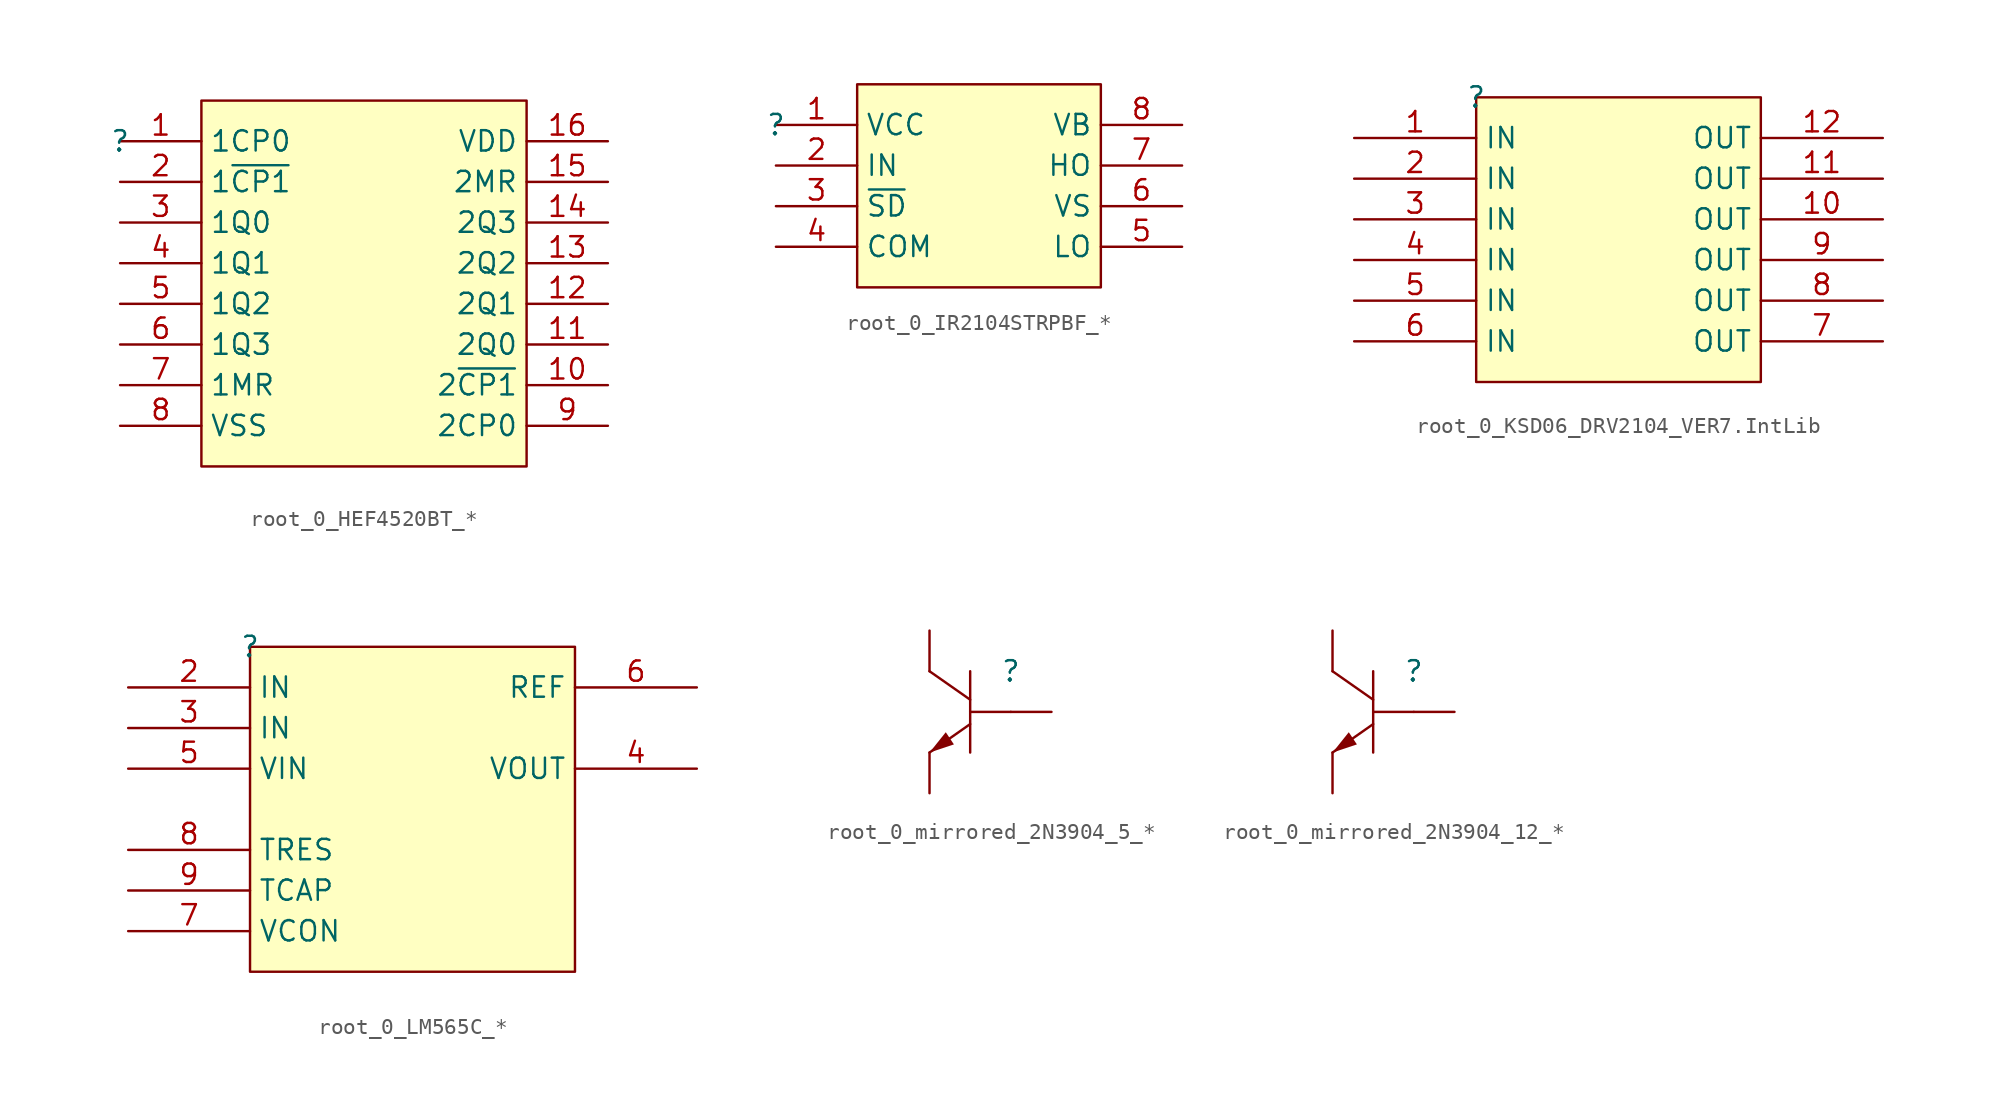
<source format=kicad_sym>
(kicad_symbol_lib
  (version 20241209)
  (generator "kicad_symbol_editor")
  (generator_version "9.0")
  (symbol "root_0_HEF4520BT_*"
    (property "Reference" ""
      (at 0 0 0)
      (effects (font (size 1.27 1.27))))
    (property "Value" ""
      (at 0 0 0)
      (effects (font (size 1.27 1.27))))
    (symbol "root_0_HEF4520BT_*_1_0"
      (rectangle (start 25.4 2.54) (end 5.08 -20.32) (stroke (width 0) (type solid) (color 128 0 0 1)) (fill (type background)))
      (pin passive line (at 0 0 0) (length 5.08) (name "1CP0" (effects (font (size 1.27 1.27)))) (number "1" (effects (font (size 1.27 1.27)))))
      (pin passive line (at 0 -2.54 0) (length 5.08) (name "1~{CP1}" (effects (font (size 1.27 1.27)))) (number "2" (effects (font (size 1.27 1.27)))))
      (pin passive line (at 0 -5.08 0) (length 5.08) (name "1Q0" (effects (font (size 1.27 1.27)))) (number "3" (effects (font (size 1.27 1.27)))))
      (pin passive line (at 0 -7.62 0) (length 5.08) (name "1Q1" (effects (font (size 1.27 1.27)))) (number "4" (effects (font (size 1.27 1.27)))))
      (pin passive line (at 0 -10.16 0) (length 5.08) (name "1Q2" (effects (font (size 1.27 1.27)))) (number "5" (effects (font (size 1.27 1.27)))))
      (pin passive line (at 0 -12.7 0) (length 5.08) (name "1Q3" (effects (font (size 1.27 1.27)))) (number "6" (effects (font (size 1.27 1.27)))))
      (pin passive line (at 0 -15.24 0) (length 5.08) (name "1MR" (effects (font (size 1.27 1.27)))) (number "7" (effects (font (size 1.27 1.27)))))
      (pin passive line (at 0 -17.78 0) (length 5.08) (name "VSS" (effects (font (size 1.27 1.27)))) (number "8" (effects (font (size 1.27 1.27)))))
      (pin passive line (at 30.48 0 180) (length 5.08) (name "VDD" (effects (font (size 1.27 1.27)))) (number "16" (effects (font (size 1.27 1.27)))))
      (pin passive line (at 30.48 -2.54 180) (length 5.08) (name "2MR" (effects (font (size 1.27 1.27)))) (number "15" (effects (font (size 1.27 1.27)))))
      (pin passive line (at 30.48 -5.08 180) (length 5.08) (name "2Q3" (effects (font (size 1.27 1.27)))) (number "14" (effects (font (size 1.27 1.27)))))
      (pin passive line (at 30.48 -7.62 180) (length 5.08) (name "2Q2" (effects (font (size 1.27 1.27)))) (number "13" (effects (font (size 1.27 1.27)))))
      (pin passive line (at 30.48 -10.16 180) (length 5.08) (name "2Q1" (effects (font (size 1.27 1.27)))) (number "12" (effects (font (size 1.27 1.27)))))
      (pin passive line (at 30.48 -12.7 180) (length 5.08) (name "2Q0" (effects (font (size 1.27 1.27)))) (number "11" (effects (font (size 1.27 1.27)))))
      (pin passive line (at 30.48 -15.24 180) (length 5.08) (name "2~{CP1}" (effects (font (size 1.27 1.27)))) (number "10" (effects (font (size 1.27 1.27)))))
      (pin passive line (at 30.48 -17.78 180) (length 5.08) (name "2CP0" (effects (font (size 1.27 1.27)))) (number "9" (effects (font (size 1.27 1.27)))))))
  (symbol "root_0_IR2104STRPBF_*"
    (property "Reference" ""
      (at 0 0 0)
      (effects (font (size 1.27 1.27))))
    (property "Value" ""
      (at 0 0 0)
      (effects (font (size 1.27 1.27))))
    (symbol "root_0_IR2104STRPBF_*_1_0"
      (rectangle (start 20.32 2.54) (end 5.08 -10.16) (stroke (width 0) (type solid) (color 128 0 0 1)) (fill (type background)))
      (pin passive line (at 0 0 0) (length 5.08) (name "VCC" (effects (font (size 1.27 1.27)))) (number "1" (effects (font (size 1.27 1.27)))))
      (pin passive line (at 0 -2.54 0) (length 5.08) (name "IN" (effects (font (size 1.27 1.27)))) (number "2" (effects (font (size 1.27 1.27)))))
      (pin passive line (at 0 -5.08 0) (length 5.08) (name "~{SD}" (effects (font (size 1.27 1.27)))) (number "3" (effects (font (size 1.27 1.27)))))
      (pin passive line (at 0 -7.62 0) (length 5.08) (name "COM" (effects (font (size 1.27 1.27)))) (number "4" (effects (font (size 1.27 1.27)))))
      (pin passive line (at 25.4 0 180) (length 5.08) (name "VB" (effects (font (size 1.27 1.27)))) (number "8" (effects (font (size 1.27 1.27)))))
      (pin passive line (at 25.4 -2.54 180) (length 5.08) (name "HO" (effects (font (size 1.27 1.27)))) (number "7" (effects (font (size 1.27 1.27)))))
      (pin passive line (at 25.4 -5.08 180) (length 5.08) (name "VS" (effects (font (size 1.27 1.27)))) (number "6" (effects (font (size 1.27 1.27)))))
      (pin passive line (at 25.4 -7.62 180) (length 5.08) (name "LO" (effects (font (size 1.27 1.27)))) (number "5" (effects (font (size 1.27 1.27)))))))
  (symbol "root_0_KSD06_DRV2104_VER7.IntLib"
    (property "Reference" ""
      (at 0 0 0)
      (effects (font (size 1.27 1.27))))
    (property "Value" ""
      (at 0 0 0)
      (effects (font (size 1.27 1.27))))
    (symbol "root_0_KSD06_DRV2104_VER7.IntLib_1_0"
      (rectangle (start 17.78 0) (end 0 -17.78) (stroke (width 0) (type solid) (color 128 0 0 1)) (fill (type background)))
      (pin bidirectional line (at -7.62 -2.54 0) (length 7.62) (name "IN" (effects (font (size 1.27 1.27)))) (number "1" (effects (font (size 1.27 1.27)))))
      (pin bidirectional line (at -7.62 -5.08 0) (length 7.62) (name "IN" (effects (font (size 1.27 1.27)))) (number "2" (effects (font (size 1.27 1.27)))))
      (pin bidirectional line (at -7.62 -7.62 0) (length 7.62) (name "IN" (effects (font (size 1.27 1.27)))) (number "3" (effects (font (size 1.27 1.27)))))
      (pin bidirectional line (at -7.62 -10.16 0) (length 7.62) (name "IN" (effects (font (size 1.27 1.27)))) (number "4" (effects (font (size 1.27 1.27)))))
      (pin bidirectional line (at -7.62 -12.7 0) (length 7.62) (name "IN" (effects (font (size 1.27 1.27)))) (number "5" (effects (font (size 1.27 1.27)))))
      (pin bidirectional line (at -7.62 -15.24 0) (length 7.62) (name "IN" (effects (font (size 1.27 1.27)))) (number "6" (effects (font (size 1.27 1.27)))))
      (pin bidirectional line (at 25.4 -2.54 180) (length 7.62) (name "OUT" (effects (font (size 1.27 1.27)))) (number "12" (effects (font (size 1.27 1.27)))))
      (pin bidirectional line (at 25.4 -5.08 180) (length 7.62) (name "OUT" (effects (font (size 1.27 1.27)))) (number "11" (effects (font (size 1.27 1.27)))))
      (pin bidirectional line (at 25.4 -7.62 180) (length 7.62) (name "OUT" (effects (font (size 1.27 1.27)))) (number "10" (effects (font (size 1.27 1.27)))))
      (pin bidirectional line (at 25.4 -10.16 180) (length 7.62) (name "OUT" (effects (font (size 1.27 1.27)))) (number "9" (effects (font (size 1.27 1.27)))))
      (pin bidirectional line (at 25.4 -12.7 180) (length 7.62) (name "OUT" (effects (font (size 1.27 1.27)))) (number "8" (effects (font (size 1.27 1.27)))))
      (pin bidirectional line (at 25.4 -15.24 180) (length 7.62) (name "OUT" (effects (font (size 1.27 1.27)))) (number "7" (effects (font (size 1.27 1.27)))))))
  (symbol "root_0_LM565C_*"
    (property "Reference" ""
      (at 0 0 0)
      (effects (font (size 1.27 1.27))))
    (property "Value" ""
      (at 0 0 0)
      (effects (font (size 1.27 1.27))))
    (symbol "root_0_LM565C_*_1_0"
      (rectangle (start 20.32 0) (end 0 -20.32) (stroke (width 0) (type solid) (color 128 0 0 1)) (fill (type background)))
      (pin input line (at -7.62 -2.54 0) (length 7.62) (name "IN" (effects (font (size 1.27 1.27)))) (number "2" (effects (font (size 1.27 1.27)))))
      (pin input line (at -7.62 -5.08 0) (length 7.62) (name "IN" (effects (font (size 1.27 1.27)))) (number "3" (effects (font (size 1.27 1.27)))))
      (pin input line (at -7.62 -7.62 0) (length 7.62) (name "VIN" (effects (font (size 1.27 1.27)))) (number "5" (effects (font (size 1.27 1.27)))))
      (pin passive line (at -7.62 -12.7 0) (length 7.62) (name "TRES" (effects (font (size 1.27 1.27)))) (number "8" (effects (font (size 1.27 1.27)))))
      (pin passive line (at -7.62 -15.24 0) (length 7.62) (name "TCAP" (effects (font (size 1.27 1.27)))) (number "9" (effects (font (size 1.27 1.27)))))
      (pin input line (at -7.62 -17.78 0) (length 7.62) (name "VCON" (effects (font (size 1.27 1.27)))) (number "7" (effects (font (size 1.27 1.27)))))
      (pin power_in line (at 0 -20.32 90) (length 0) (hide yes) (name "VCC-" (effects (font (size 1.27 1.27)))) (number "1" (effects (font (size 1.27 1.27)))))
      (pin power_in line (at 20.32 0 180) (length 0) (hide yes) (name "VCC+" (effects (font (size 1.27 1.27)))) (number "10" (effects (font (size 1.27 1.27)))))
      (pin output line (at 27.94 -2.54 180) (length 7.62) (name "REF" (effects (font (size 1.27 1.27)))) (number "6" (effects (font (size 1.27 1.27)))))
      (pin output line (at 27.94 -7.62 180) (length 7.62) (name "VOUT" (effects (font (size 1.27 1.27)))) (number "4" (effects (font (size 1.27 1.27)))))))
  (symbol "root_0_mirrored_2N3904_5_*"
    (pin_numbers
      (hide yes))
    (pin_names
      (hide yes))
    (property "Reference" ""
      (at 0 0 0)
      (effects (font (size 1.27 1.27))))
    (property "Value" ""
      (at 0 0 0)
      (effects (font (size 1.27 1.27))))
    (symbol "root_0_mirrored_2N3904_5_*_1_0"
      (polyline (pts (xy -5.08 0) (xy -2.54 -1.778)) (stroke (width 0) (type solid)) (fill (type none)))
      (polyline (pts (xy -5.08 -5.08) (xy -4.064 -3.81) (xy -3.556 -4.572) (xy -5.08 -5.08) (xy -5.08 -5.08)) (stroke (width -0.0001) (type solid)) (fill (type outline)))
      (polyline (pts (xy -2.54 0) (xy -2.54 -5.08)) (stroke (width 0) (type solid)) (fill (type none)))
      (polyline (pts (xy -2.54 -2.54) (xy 0 -2.54)) (stroke (width 0) (type solid)) (fill (type none)))
      (polyline (pts (xy -2.54 -3.302) (xy -5.08 -5.08)) (stroke (width 0) (type solid)) (fill (type none)))
      (pin passive line (at -5.08 2.54 270) (length 2.54) (name "COLLECTOR" (effects (font (size 1.27 1.27)))) (number "2" (effects (font (size 1.27 1.27)))))
      (pin passive line (at -5.08 -7.62 90) (length 2.54) (name "EMITTER" (effects (font (size 1.27 1.27)))) (number "1" (effects (font (size 1.27 1.27)))))
      (pin input line (at 2.54 -2.54 180) (length 2.54) (name "BASE" (effects (font (size 1.27 1.27)))) (number "3" (effects (font (size 1.27 1.27)))))))
  (symbol "root_0_mirrored_2N3904_12_*"
    (pin_numbers
      (hide yes))
    (pin_names
      (hide yes))
    (property "Reference" ""
      (at 0 0 0)
      (effects (font (size 1.27 1.27))))
    (property "Value" ""
      (at 0 0 0)
      (effects (font (size 1.27 1.27))))
    (symbol "root_0_mirrored_2N3904_12_*_1_0"
      (polyline (pts (xy -5.08 0) (xy -2.54 -1.778)) (stroke (width 0) (type solid)) (fill (type none)))
      (polyline (pts (xy -5.08 -5.08) (xy -4.064 -3.81) (xy -3.556 -4.572) (xy -5.08 -5.08) (xy -5.08 -5.08)) (stroke (width -0.0001) (type solid)) (fill (type outline)))
      (polyline (pts (xy -2.54 0) (xy -2.54 -5.08)) (stroke (width 0) (type solid)) (fill (type none)))
      (polyline (pts (xy -2.54 -2.54) (xy 0 -2.54)) (stroke (width 0) (type solid)) (fill (type none)))
      (polyline (pts (xy -2.54 -3.302) (xy -5.08 -5.08)) (stroke (width 0) (type solid)) (fill (type none)))
      (pin passive line (at -5.08 2.54 270) (length 2.54) (name "COLLECTOR" (effects (font (size 1.27 1.27)))) (number "2" (effects (font (size 1.27 1.27)))))
      (pin passive line (at -5.08 -7.62 90) (length 2.54) (name "EMITTER" (effects (font (size 1.27 1.27)))) (number "1" (effects (font (size 1.27 1.27)))))
      (pin input line (at 2.54 -2.54 180) (length 2.54) (name "BASE" (effects (font (size 1.27 1.27)))) (number "3" (effects (font (size 1.27 1.27))))))))
</source>
